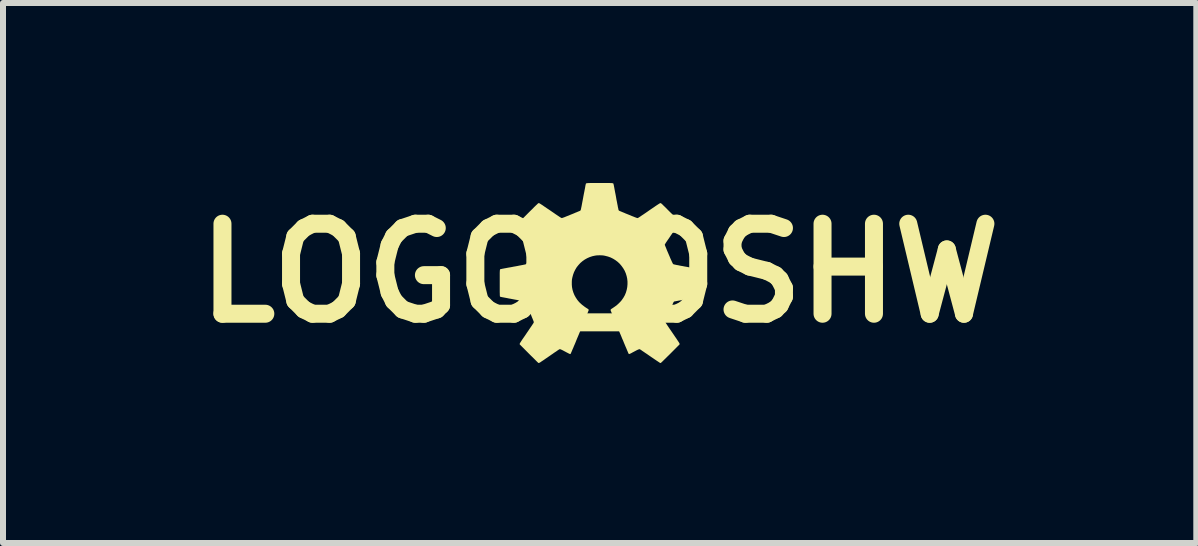
<source format=kicad_pcb>
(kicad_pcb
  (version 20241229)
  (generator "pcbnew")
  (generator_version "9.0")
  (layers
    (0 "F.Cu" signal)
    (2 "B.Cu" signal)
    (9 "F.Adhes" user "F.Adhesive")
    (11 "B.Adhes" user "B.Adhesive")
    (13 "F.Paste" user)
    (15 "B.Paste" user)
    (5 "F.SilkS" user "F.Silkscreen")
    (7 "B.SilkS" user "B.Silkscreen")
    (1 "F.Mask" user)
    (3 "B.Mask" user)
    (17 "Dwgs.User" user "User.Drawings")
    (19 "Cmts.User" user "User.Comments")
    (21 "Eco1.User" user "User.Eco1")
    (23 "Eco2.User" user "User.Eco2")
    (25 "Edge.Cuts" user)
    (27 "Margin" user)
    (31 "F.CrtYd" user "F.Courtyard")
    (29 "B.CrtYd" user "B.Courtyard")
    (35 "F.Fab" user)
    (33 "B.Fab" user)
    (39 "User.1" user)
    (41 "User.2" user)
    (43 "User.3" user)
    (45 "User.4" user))
  (footprint "LOGO_OSHW"
    (layer "F.Cu")
    (at 6.943 1.5)
    (property "Reference" "LOGO_OSHW" (at 0 0 0) (layer "F.SilkS") (effects (font (size 1.5 1.5) (thickness 0.3))))
    (attr board_only exclude_from_pos_files exclude_from_bom)
    (fp_poly (pts (xy 0.073 -1.5) (xy 0.103 -1.5) (xy 0.128 -1.5) (xy 0.15 -1.5) (xy 0.168 -1.5) (xy 0.183 -1.499) (xy 0.196 -1.499) (xy 0.206 -1.498) (xy 0.213 -1.497) (xy 0.219 -1.496) (xy 0.223 -1.495) (xy 0.226 -1.493) (xy 0.227 -1.492) (xy 0.229 -1.49) (xy 0.23 -1.488) (xy 0.23 -1.486) (xy 0.231 -1.482) (xy 0.233 -1.474) (xy 0.236 -1.462) (xy 0.239 -1.445) (xy 0.243 -1.426) (xy 0.247 -1.403) (xy 0.252 -1.377) (xy 0.257 -1.349) (xy 0.263 -1.32) (xy 0.269 -1.288) (xy 0.273 -1.266) (xy 0.28 -1.224) (xy 0.288 -1.186) (xy 0.294 -1.153) (xy 0.3 -1.124) (xy 0.304 -1.099) (xy 0.309 -1.079) (xy 0.312 -1.064) (xy 0.314 -1.053) (xy 0.316 -1.048) (xy 0.316 -1.047) (xy 0.322 -1.041) (xy 0.328 -1.037) (xy 0.331 -1.035) (xy 0.339 -1.032) (xy 0.351 -1.027) (xy 0.366 -1.021) (xy 0.384 -1.013) (xy 0.405 -1.005) (xy 0.427 -0.995) (xy 0.452 -0.985) (xy 0.477 -0.975) (xy 0.477 -0.975) (xy 0.51 -0.962) (xy 0.537 -0.95) (xy 0.561 -0.941) (xy 0.58 -0.933) (xy 0.596 -0.927) (xy 0.609 -0.922) (xy 0.619 -0.919) (xy 0.625 -0.917) (xy 0.63 -0.916) (xy 0.631 -0.916) (xy 0.633 -0.916) (xy 0.635 -0.917) (xy 0.638 -0.918) (xy 0.643 -0.92) (xy 0.648 -0.923) (xy 0.655 -0.928) (xy 0.664 -0.933) (xy 0.674 -0.94) (xy 0.688 -0.949) (xy 0.703 -0.96) (xy 0.722 -0.972) (xy 0.744 -0.987) (xy 0.769 -1.004) (xy 0.798 -1.024) (xy 0.822 -1.041) (xy 0.854 -1.063) (xy 0.882 -1.082) (xy 0.906 -1.098) (xy 0.927 -1.113) (xy 0.945 -1.125) (xy 0.96 -1.135) (xy 0.973 -1.143) (xy 0.983 -1.15) (xy 0.991 -1.155) (xy 0.998 -1.159) (xy 1.003 -1.162) (xy 1.007 -1.163) (xy 1.01 -1.164) (xy 1.012 -1.165) (xy 1.014 -1.165) (xy 1.016 -1.165) (xy 1.018 -1.165) (xy 1.02 -1.164) (xy 1.022 -1.163) (xy 1.026 -1.16) (xy 1.03 -1.157) (xy 1.035 -1.152) (xy 1.042 -1.146) (xy 1.051 -1.138) (xy 1.061 -1.127) (xy 1.074 -1.115) (xy 1.089 -1.1) (xy 1.107 -1.083) (xy 1.127 -1.062) (xy 1.151 -1.038) (xy 1.178 -1.011) (xy 1.178 -1.011) (xy 1.206 -0.984) (xy 1.229 -0.96) (xy 1.25 -0.939) (xy 1.268 -0.921) (xy 1.283 -0.906) (xy 1.295 -0.893) (xy 1.305 -0.883) (xy 1.313 -0.874) (xy 1.32 -0.867) (xy 1.325 -0.862) (xy 1.328 -0.857) (xy 1.33 -0.854) (xy 1.332 -0.852) (xy 1.332 -0.85) (xy 1.333 -0.848) (xy 1.333 -0.848) (xy 1.332 -0.845) (xy 1.331 -0.842) (xy 1.329 -0.838) (xy 1.326 -0.832) (xy 1.321 -0.824) (xy 1.315 -0.814) (xy 1.307 -0.802) (xy 1.296 -0.787) (xy 1.284 -0.769) (xy 1.27 -0.748) (xy 1.253 -0.723) (xy 1.233 -0.694) (xy 1.21 -0.66) (xy 1.188 -0.629) (xy 1.17 -0.602) (xy 1.154 -0.578) (xy 1.14 -0.558) (xy 1.128 -0.541) (xy 1.118 -0.526) (xy 1.11 -0.514) (xy 1.103 -0.504) (xy 1.098 -0.495) (xy 1.094 -0.489) (xy 1.091 -0.484) (xy 1.089 -0.48) (xy 1.087 -0.478) (xy 1.087 -0.476) (xy 1.086 -0.474) (xy 1.086 -0.473) (xy 1.086 -0.471) (xy 1.086 -0.471) (xy 1.087 -0.466) (xy 1.09 -0.458) (xy 1.095 -0.445) (xy 1.102 -0.428) (xy 1.111 -0.406) (xy 1.121 -0.38) (xy 1.134 -0.35) (xy 1.149 -0.315) (xy 1.151 -0.31) (xy 1.165 -0.278) (xy 1.176 -0.251) (xy 1.186 -0.228) (xy 1.195 -0.209) (xy 1.202 -0.193) (xy 1.208 -0.18) (xy 1.213 -0.17) (xy 1.217 -0.162) (xy 1.22 -0.156) (xy 1.223 -0.153) (xy 1.224 -0.151) (xy 1.226 -0.15) (xy 1.227 -0.148) (xy 1.23 -0.147) (xy 1.233 -0.146) (xy 1.237 -0.144) (xy 1.243 -0.143) (xy 1.251 -0.141) (xy 1.261 -0.139) (xy 1.274 -0.136) (xy 1.289 -0.133) (xy 1.308 -0.13) (xy 1.33 -0.125) (xy 1.356 -0.12) (xy 1.386 -0.115) (xy 1.421 -0.108) (xy 1.435 -0.106) (xy 1.467 -0.1) (xy 1.497 -0.094) (xy 1.526 -0.089) (xy 1.553 -0.084) (xy 1.577 -0.079) (xy 1.598 -0.075) (xy 1.616 -0.072) (xy 1.63 -0.069) (xy 1.641 -0.067) (xy 1.647 -0.066) (xy 1.648 -0.066) (xy 1.651 -0.065) (xy 1.653 -0.064) (xy 1.656 -0.064) (xy 1.658 -0.062) (xy 1.659 -0.06) (xy 1.661 -0.057) (xy 1.662 -0.052) (xy 1.663 -0.045) (xy 1.664 -0.036) (xy 1.664 -0.025) (xy 1.665 -0.011) (xy 1.665 0.006) (xy 1.665 0.026) (xy 1.665 0.05) (xy 1.665 0.078) (xy 1.665 0.11) (xy 1.665 0.147) (xy 1.665 0.166) (xy 1.665 0.21) (xy 1.665 0.249) (xy 1.665 0.284) (xy 1.665 0.313) (xy 1.664 0.338) (xy 1.664 0.358) (xy 1.664 0.373) (xy 1.663 0.383) (xy 1.663 0.388) (xy 1.662 0.388) (xy 1.658 0.394) (xy 1.655 0.396) (xy 1.652 0.397) (xy 1.645 0.398) (xy 1.633 0.401) (xy 1.617 0.404) (xy 1.597 0.408) (xy 1.575 0.412) (xy 1.55 0.417) (xy 1.523 0.422) (xy 1.494 0.427) (xy 1.463 0.433) (xy 1.452 0.435) (xy 1.421 0.441) (xy 1.391 0.446) (xy 1.363 0.452) (xy 1.337 0.457) (xy 1.313 0.461) (xy 1.293 0.465) (xy 1.275 0.468) (xy 1.262 0.471) (xy 1.252 0.472) (xy 1.247 0.473) (xy 1.247 0.474) (xy 1.244 0.474) (xy 1.241 0.476) (xy 1.238 0.478) (xy 1.235 0.481) (xy 1.232 0.486) (xy 1.228 0.492) (xy 1.224 0.501) (xy 1.219 0.512) (xy 1.213 0.525) (xy 1.206 0.542) (xy 1.198 0.562) (xy 1.188 0.586) (xy 1.177 0.614) (xy 1.164 0.646) (xy 1.163 0.649) (xy 1.152 0.676) (xy 1.142 0.702) (xy 1.132 0.726) (xy 1.124 0.748) (xy 1.116 0.767) (xy 1.109 0.784) (xy 1.104 0.797) (xy 1.1 0.807) (xy 1.098 0.812) (xy 1.098 0.814) (xy 1.098 0.82) (xy 1.099 0.826) (xy 1.1 0.83) (xy 1.105 0.837) (xy 1.112 0.847) (xy 1.121 0.861) (xy 1.132 0.878) (xy 1.145 0.897) (xy 1.159 0.918) (xy 1.175 0.941) (xy 1.192 0.966) (xy 1.21 0.992) (xy 1.216 1.001) (xy 1.238 1.033) (xy 1.256 1.06) (xy 1.273 1.084) (xy 1.287 1.105) (xy 1.298 1.122) (xy 1.308 1.137) (xy 1.316 1.149) (xy 1.322 1.158) (xy 1.326 1.166) (xy 1.329 1.171) (xy 1.331 1.175) (xy 1.332 1.178) (xy 1.332 1.179) (xy 1.333 1.188) (xy 1.179 1.343) (xy 1.156 1.366) (xy 1.133 1.388) (xy 1.112 1.409) (xy 1.092 1.429) (xy 1.074 1.446) (xy 1.058 1.462) (xy 1.045 1.475) (xy 1.034 1.485) (xy 1.026 1.493) (xy 1.02 1.498) (xy 1.019 1.499) (xy 1.012 1.499) (xy 1.006 1.497) (xy 1.003 1.496) (xy 0.996 1.491) (xy 0.985 1.484) (xy 0.972 1.475) (xy 0.955 1.464) (xy 0.936 1.451) (xy 0.915 1.437) (xy 0.892 1.421) (xy 0.868 1.405) (xy 0.842 1.387) (xy 0.839 1.385) (xy 0.813 1.367) (xy 0.789 1.35) (xy 0.766 1.335) (xy 0.744 1.32) (xy 0.725 1.307) (xy 0.708 1.296) (xy 0.695 1.286) (xy 0.684 1.279) (xy 0.676 1.274) (xy 0.673 1.272) (xy 0.673 1.272) (xy 0.669 1.27) (xy 0.664 1.269) (xy 0.659 1.27) (xy 0.652 1.272) (xy 0.643 1.275) (xy 0.632 1.28) (xy 0.617 1.287) (xy 0.6 1.296) (xy 0.579 1.307) (xy 0.572 1.311) (xy 0.554 1.32) (xy 0.538 1.329) (xy 0.523 1.337) (xy 0.511 1.343) (xy 0.501 1.347) (xy 0.495 1.35) (xy 0.494 1.35) (xy 0.487 1.349) (xy 0.484 1.347) (xy 0.483 1.344) (xy 0.479 1.337) (xy 0.474 1.326) (xy 0.468 1.311) (xy 0.46 1.293) (xy 0.451 1.271) (xy 0.441 1.247) (xy 0.429 1.22) (xy 0.417 1.191) (xy 0.404 1.16) (xy 0.391 1.127) (xy 0.376 1.094) (xy 0.362 1.059) (xy 0.347 1.023) (xy 0.332 0.988) (xy 0.318 0.952) (xy 0.303 0.916) (xy 0.288 0.881) (xy 0.274 0.847) (xy 0.261 0.814) (xy 0.248 0.783) (xy 0.236 0.754) (xy 0.225 0.726) (xy 0.215 0.702) (xy 0.206 0.679) (xy 0.198 0.66) (xy 0.192 0.645) (xy 0.187 0.633) (xy 0.184 0.625) (xy 0.183 0.622) (xy 0.183 0.622) (xy 0.183 0.614) (xy 0.185 0.608) (xy 0.185 0.607) (xy 0.188 0.604) (xy 0.195 0.599) (xy 0.203 0.593) (xy 0.21 0.589) (xy 0.247 0.564) (xy 0.283 0.538) (xy 0.315 0.509) (xy 0.344 0.48) (xy 0.369 0.451) (xy 0.37 0.449) (xy 0.397 0.41) (xy 0.42 0.369) (xy 0.438 0.325) (xy 0.451 0.28) (xy 0.46 0.234) (xy 0.464 0.187) (xy 0.464 0.14) (xy 0.459 0.094) (xy 0.45 0.052) (xy 0.436 0.006) (xy 0.417 -0.038) (xy 0.393 -0.079) (xy 0.366 -0.117) (xy 0.336 -0.153) (xy 0.302 -0.185) (xy 0.265 -0.213) (xy 0.225 -0.238) (xy 0.183 -0.259) (xy 0.138 -0.275) (xy 0.091 -0.287) (xy 0.072 -0.291) (xy 0.051 -0.294) (xy 0.027 -0.295) (xy 0.001 -0.296) (xy -0.024 -0.295) (xy -0.049 -0.294) (xy -0.07 -0.291) (xy -0.072 -0.291) (xy -0.119 -0.281) (xy -0.165 -0.266) (xy -0.208 -0.247) (xy -0.249 -0.224) (xy -0.287 -0.197) (xy -0.322 -0.167) (xy -0.353 -0.133) (xy -0.382 -0.097) (xy -0.406 -0.057) (xy -0.427 -0.015) (xy -0.443 0.029) (xy -0.455 0.075) (xy -0.461 0.104) (xy -0.463 0.124) (xy -0.464 0.147) (xy -0.464 0.171) (xy -0.464 0.195) (xy -0.462 0.218) (xy -0.461 0.233) (xy -0.452 0.28) (xy -0.438 0.325) (xy -0.42 0.369) (xy -0.397 0.41) (xy -0.371 0.449) (xy -0.341 0.485) (xy -0.307 0.517) (xy -0.292 0.53) (xy -0.271 0.546) (xy -0.253 0.56) (xy -0.236 0.572) (xy -0.221 0.582) (xy -0.211 0.588) (xy -0.199 0.596) (xy -0.191 0.601) (xy -0.186 0.606) (xy -0.184 0.611) (xy -0.183 0.616) (xy -0.183 0.618) (xy -0.184 0.621) (xy -0.186 0.629) (xy -0.191 0.64) (xy -0.197 0.656) (xy -0.205 0.675) (xy -0.213 0.697) (xy -0.223 0.721) (xy -0.234 0.748) (xy -0.246 0.778) (xy -0.259 0.809) (xy -0.273 0.842) (xy -0.286 0.876) (xy -0.301 0.911) (xy -0.316 0.947) (xy -0.33 0.982) (xy -0.345 1.018) (xy -0.36 1.054) (xy -0.375 1.089) (xy -0.389 1.123) (xy -0.402 1.156) (xy -0.415 1.187) (xy -0.428 1.216) (xy -0.439 1.244) (xy -0.45 1.268) (xy -0.459 1.29) (xy -0.467 1.309) (xy -0.474 1.325) (xy -0.479 1.336) (xy -0.482 1.344) (xy -0.484 1.347) (xy -0.484 1.347) (xy -0.49 1.35) (xy -0.494 1.35) (xy -0.497 1.349) (xy -0.504 1.346) (xy -0.515 1.341) (xy -0.528 1.334) (xy -0.544 1.326) (xy -0.561 1.317) (xy -0.572 1.311) (xy -0.595 1.299) (xy -0.613 1.289) (xy -0.628 1.282) (xy -0.64 1.276) (xy -0.65 1.272) (xy -0.657 1.27) (xy -0.663 1.269) (xy -0.668 1.27) (xy -0.672 1.271) (xy -0.673 1.272) (xy -0.676 1.274) (xy -0.683 1.278) (xy -0.693 1.285) (xy -0.707 1.294) (xy -0.723 1.306) (xy -0.742 1.318) (xy -0.763 1.332) (xy -0.785 1.348) (xy -0.809 1.364) (xy -0.827 1.377) (xy -0.852 1.394) (xy -0.876 1.411) (xy -0.899 1.426) (xy -0.92 1.441) (xy -0.939 1.454) (xy -0.956 1.465) (xy -0.97 1.474) (xy -0.98 1.482) (xy -0.987 1.486) (xy -0.99 1.488) (xy -1.002 1.495) (xy -1.011 1.498) (xy -1.018 1.499) (xy -1.022 1.498) (xy -1.024 1.496) (xy -1.03 1.49) (xy -1.039 1.482) (xy -1.051 1.47) (xy -1.065 1.456) (xy -1.081 1.44) (xy -1.099 1.422) (xy -1.119 1.402) (xy -1.141 1.381) (xy -1.163 1.359) (xy -1.18 1.342) (xy -1.333 1.188) (xy -1.332 1.179) (xy -1.331 1.176) (xy -1.33 1.172) (xy -1.327 1.167) (xy -1.323 1.16) (xy -1.317 1.151) (xy -1.31 1.14) (xy -1.301 1.126) (xy -1.29 1.109) (xy -1.276 1.089) (xy -1.26 1.066) (xy -1.242 1.04) (xy -1.221 1.009) (xy -1.216 1.001) (xy -1.198 0.975) (xy -1.181 0.95) (xy -1.165 0.926) (xy -1.15 0.904) (xy -1.136 0.884) (xy -1.125 0.867) (xy -1.115 0.852) (xy -1.107 0.84) (xy -1.102 0.832) (xy -1.099 0.827) (xy -1.099 0.826) (xy -1.098 0.819) (xy -1.098 0.814) (xy -1.099 0.81) (xy -1.102 0.803) (xy -1.106 0.791) (xy -1.112 0.777) (xy -1.119 0.759) (xy -1.128 0.738) (xy -1.137 0.715) (xy -1.147 0.69) (xy -1.157 0.663) (xy -1.163 0.649) (xy -1.176 0.616) (xy -1.188 0.588) (xy -1.197 0.564) (xy -1.206 0.543) (xy -1.213 0.526) (xy -1.219 0.512) (xy -1.224 0.501) (xy -1.228 0.493) (xy -1.232 0.486) (xy -1.235 0.481) (xy -1.238 0.478) (xy -1.241 0.476) (xy -1.243 0.474) (xy -1.246 0.474) (xy -1.247 0.474) (xy -1.25 0.473) (xy -1.258 0.471) (xy -1.27 0.469) (xy -1.286 0.466) (xy -1.306 0.462) (xy -1.328 0.458) (xy -1.353 0.453) (xy -1.381 0.448) (xy -1.41 0.443) (xy -1.441 0.437) (xy -1.452 0.435) (xy -1.483 0.429) (xy -1.513 0.424) (xy -1.541 0.418) (xy -1.567 0.413) (xy -1.59 0.409) (xy -1.61 0.405) (xy -1.627 0.402) (xy -1.641 0.399) (xy -1.65 0.397) (xy -1.655 0.396) (xy -1.655 0.396) (xy -1.66 0.391) (xy -1.662 0.388) (xy -1.663 0.385) (xy -1.663 0.376) (xy -1.664 0.363) (xy -1.664 0.344) (xy -1.665 0.321) (xy -1.665 0.292) (xy -1.665 0.259) (xy -1.665 0.221) (xy -1.665 0.178) (xy -1.665 0.166) (xy -1.665 0.127) (xy -1.665 0.092) (xy -1.665 0.062) (xy -1.665 0.036) (xy -1.665 0.014) (xy -1.665 -0.004) (xy -1.664 -0.019) (xy -1.664 -0.032) (xy -1.663 -0.042) (xy -1.662 -0.049) (xy -1.661 -0.055) (xy -1.66 -0.059) (xy -1.658 -0.061) (xy -1.657 -0.063) (xy -1.654 -0.064) (xy -1.652 -0.065) (xy -1.649 -0.065) (xy -1.648 -0.066) (xy -1.644 -0.067) (xy -1.635 -0.068) (xy -1.623 -0.071) (xy -1.606 -0.074) (xy -1.586 -0.078) (xy -1.563 -0.082) (xy -1.538 -0.087) (xy -1.51 -0.092) (xy -1.48 -0.097) (xy -1.449 -0.103) (xy -1.435 -0.106) (xy -1.399 -0.112) (xy -1.367 -0.118) (xy -1.339 -0.124) (xy -1.316 -0.128) (xy -1.296 -0.132) (xy -1.279 -0.135) (xy -1.266 -0.138) (xy -1.255 -0.14) (xy -1.246 -0.142) (xy -1.239 -0.144) (xy -1.234 -0.145) (xy -1.231 -0.147) (xy -1.228 -0.148) (xy -1.226 -0.149) (xy -1.225 -0.15) (xy -1.224 -0.151) (xy -1.222 -0.153) (xy -1.219 -0.157) (xy -1.216 -0.163) (xy -1.212 -0.171) (xy -1.207 -0.182) (xy -1.201 -0.196) (xy -1.193 -0.212) (xy -1.185 -0.232) (xy -1.174 -0.256) (xy -1.162 -0.284) (xy -1.151 -0.31) (xy -1.138 -0.34) (xy -1.127 -0.368) (xy -1.116 -0.393) (xy -1.107 -0.415) (xy -1.1 -0.434) (xy -1.094 -0.449) (xy -1.089 -0.46) (xy -1.087 -0.467) (xy -1.086 -0.47) (xy -1.087 -0.477) (xy -1.089 -0.483) (xy -1.091 -0.486) (xy -1.096 -0.493) (xy -1.103 -0.503) (xy -1.112 -0.517) (xy -1.123 -0.533) (xy -1.136 -0.552) (xy -1.151 -0.573) (xy -1.166 -0.597) (xy -1.183 -0.621) (xy -1.201 -0.647) (xy -1.212 -0.662) (xy -1.234 -0.695) (xy -1.253 -0.723) (xy -1.27 -0.747) (xy -1.284 -0.768) (xy -1.296 -0.786) (xy -1.306 -0.801) (xy -1.314 -0.814) (xy -1.321 -0.824) (xy -1.325 -0.832) (xy -1.329 -0.838) (xy -1.331 -0.842) (xy -1.332 -0.845) (xy -1.332 -0.846) (xy -1.333 -0.856) (xy -1.179 -1.011) (xy -1.152 -1.038) (xy -1.128 -1.061) (xy -1.107 -1.082) (xy -1.09 -1.1) (xy -1.074 -1.115) (xy -1.062 -1.127) (xy -1.051 -1.137) (xy -1.042 -1.145) (xy -1.036 -1.152) (xy -1.03 -1.157) (xy -1.026 -1.16) (xy -1.022 -1.163) (xy -1.02 -1.164) (xy -1.018 -1.165) (xy -1.016 -1.165) (xy -1.014 -1.165) (xy -1.014 -1.165) (xy -1.012 -1.165) (xy -1.009 -1.164) (xy -1.006 -1.163) (xy -1.002 -1.161) (xy -0.996 -1.158) (xy -0.99 -1.154) (xy -0.981 -1.148) (xy -0.97 -1.141) (xy -0.957 -1.133) (xy -0.941 -1.122) (xy -0.923 -1.109) (xy -0.901 -1.095) (xy -0.876 -1.077) (xy -0.847 -1.058) (xy -0.822 -1.041) (xy -0.79 -1.019) (xy -0.762 -1) (xy -0.738 -0.983) (xy -0.717 -0.969) (xy -0.699 -0.957) (xy -0.684 -0.947) (xy -0.671 -0.938) (xy -0.661 -0.932) (xy -0.653 -0.926) (xy -0.646 -0.923) (xy -0.641 -0.92) (xy -0.637 -0.918) (xy -0.634 -0.917) (xy -0.632 -0.916) (xy -0.631 -0.916) (xy -0.627 -0.917) (xy -0.621 -0.919) (xy -0.612 -0.921) (xy -0.6 -0.926) (xy -0.585 -0.931) (xy -0.566 -0.939) (xy -0.544 -0.948) (xy -0.517 -0.958) (xy -0.487 -0.971) (xy -0.477 -0.975) (xy -0.452 -0.985) (xy -0.427 -0.995) (xy -0.405 -1.005) (xy -0.384 -1.013) (xy -0.366 -1.021) (xy -0.351 -1.027) (xy -0.339 -1.032) (xy -0.331 -1.035) (xy -0.328 -1.037) (xy -0.328 -1.037) (xy -0.321 -1.042) (xy -0.316 -1.047) (xy -0.315 -1.051) (xy -0.313 -1.06) (xy -0.31 -1.073) (xy -0.306 -1.092) (xy -0.301 -1.115) (xy -0.296 -1.143) (xy -0.29 -1.175) (xy -0.283 -1.212) (xy -0.275 -1.254) (xy -0.273 -1.266) (xy -0.267 -1.298) (xy -0.261 -1.329) (xy -0.255 -1.359) (xy -0.25 -1.386) (xy -0.245 -1.41) (xy -0.241 -1.432) (xy -0.238 -1.451) (xy -0.235 -1.466) (xy -0.232 -1.477) (xy -0.231 -1.484) (xy -0.23 -1.486) (xy -0.229 -1.488) (xy -0.228 -1.49) (xy -0.227 -1.492) (xy -0.225 -1.494) (xy -0.222 -1.495) (xy -0.217 -1.496) (xy -0.211 -1.497) (xy -0.203 -1.498) (xy -0.192 -1.499) (xy -0.179 -1.499) (xy -0.163 -1.5) (xy -0.143 -1.5) (xy -0.121 -1.5) (xy -0.094 -1.5) (xy -0.063 -1.5) (xy -0.027 -1.5) (xy 0 -1.5) (xy 0.039 -1.5)) (stroke (width 0) (type solid)) (fill yes) (layer "F.SilkS")))
  (gr_rect
    (start -3 -3)
    (end 16.886 5.999)
    (stroke (width 0.1) (type default))
    (fill no)
    (layer "Edge.Cuts")))
</source>
